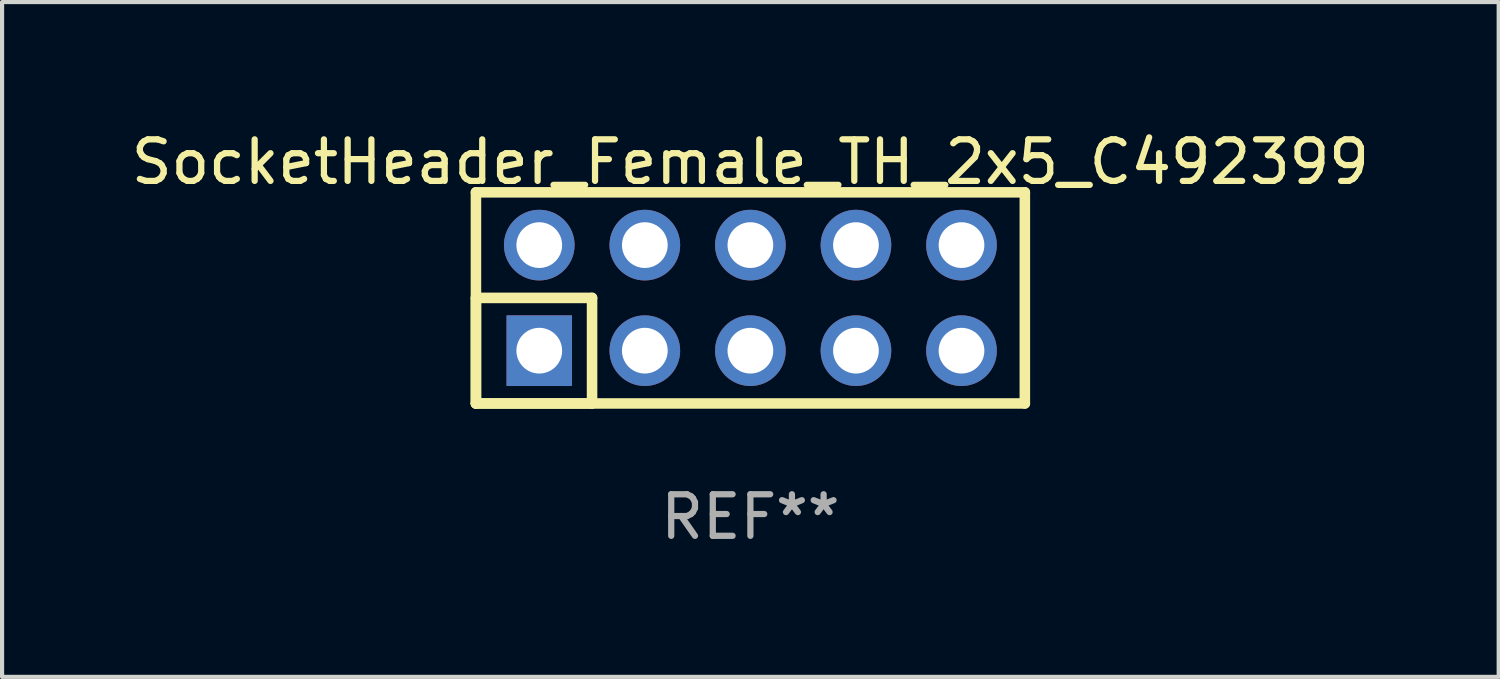
<source format=kicad_pcb>
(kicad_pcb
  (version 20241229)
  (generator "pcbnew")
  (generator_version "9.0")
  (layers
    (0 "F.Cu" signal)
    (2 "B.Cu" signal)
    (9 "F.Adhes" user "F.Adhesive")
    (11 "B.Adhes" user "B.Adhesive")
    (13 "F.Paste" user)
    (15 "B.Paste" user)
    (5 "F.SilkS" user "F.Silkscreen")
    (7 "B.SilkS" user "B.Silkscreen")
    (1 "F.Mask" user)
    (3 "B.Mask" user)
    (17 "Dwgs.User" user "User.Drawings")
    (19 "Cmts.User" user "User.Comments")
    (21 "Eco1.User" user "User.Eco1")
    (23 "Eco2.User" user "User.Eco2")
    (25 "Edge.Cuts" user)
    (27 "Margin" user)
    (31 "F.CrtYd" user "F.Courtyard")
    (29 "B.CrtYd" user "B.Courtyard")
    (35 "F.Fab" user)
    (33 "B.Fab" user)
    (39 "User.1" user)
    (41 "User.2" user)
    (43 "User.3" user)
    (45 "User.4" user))
  (footprint "SocketHeader_Female_TH_2x5_C492399"
    (layer "F.Cu")
    (at 15.006 4.118)
    (property "Reference" "SocketHeader_Female_TH_2x5_C492399" (at 0 -3.27 0) (layer "F.SilkS") (effects (font (size 1 1) (thickness 0.15))))
    (attr through_hole)
    (fp_line (start -6.604 -2.54) (end -6.604 2.54) (stroke (width 0.254) (type solid)) (layer "F.SilkS"))
    (fp_line (start -6.604 0) (end -6.604 2.54) (stroke (width 0.254) (type solid)) (layer "F.SilkS"))
    (fp_line (start -6.604 2.54) (end -3.81 2.54) (stroke (width 0.254) (type solid)) (layer "F.SilkS"))
    (fp_line (start -6.604 2.54) (end 6.604 2.54) (stroke (width 0.254) (type solid)) (layer "F.SilkS"))
    (fp_line (start -3.81 0) (end -6.604 0) (stroke (width 0.254) (type solid)) (layer "F.SilkS"))
    (fp_line (start -3.81 2.54) (end -3.81 0) (stroke (width 0.254) (type solid)) (layer "F.SilkS"))
    (fp_line (start 6.604 -2.54) (end -6.604 -2.54) (stroke (width 0.254) (type solid)) (layer "F.SilkS"))
    (fp_line (start 6.604 2.54) (end 6.604 -2.54) (stroke (width 0.254) (type solid)) (layer "F.SilkS"))
    (fp_circle (center -6.55 2.5) (end -6.52 2.5) (stroke (width 0.06) (type solid)) (fill no) (layer "F.SilkS"))
    (fp_text user "REF**" (at 0 5.27 0) (layer "F.Fab") (effects (font (size 1 1) (thickness 0.15))))
    (pad "1" thru_hole rect (at -5.08 1.27) (size 1.575 1.7) (drill 1.1) (layers "*.Cu" "*.Mask"))
    (pad "2" thru_hole circle (at -5.08 -1.27) (size 1.7 1.7) (drill 1.1) (layers "*.Cu" "*.Mask"))
    (pad "3" thru_hole circle (at -2.54 1.27) (size 1.7 1.7) (drill 1.1) (layers "*.Cu" "*.Mask"))
    (pad "4" thru_hole circle (at -2.54 -1.27) (size 1.7 1.7) (drill 1.1) (layers "*.Cu" "*.Mask"))
    (pad "5" thru_hole circle (at 0 1.27) (size 1.7 1.7) (drill 1.1) (layers "*.Cu" "*.Mask"))
    (pad "6" thru_hole circle (at 0 -1.27) (size 1.7 1.7) (drill 1.1) (layers "*.Cu" "*.Mask"))
    (pad "7" thru_hole circle (at 2.54 1.27) (size 1.7 1.7) (drill 1.1) (layers "*.Cu" "*.Mask"))
    (pad "8" thru_hole circle (at 2.54 -1.27) (size 1.7 1.7) (drill 1.1) (layers "*.Cu" "*.Mask"))
    (pad "9" thru_hole circle (at 5.08 1.27) (size 1.7 1.7) (drill 1.1) (layers "*.Cu" "*.Mask"))
    (pad "10" thru_hole circle (at 5.08 -1.27) (size 1.7 1.7) (drill 1.1) (layers "*.Cu" "*.Mask")))
  (gr_rect
    (start -3 -3)
    (end 33.012 13.237)
    (stroke (width 0.1) (type default))
    (fill no)
    (layer "Edge.Cuts")))
</source>
